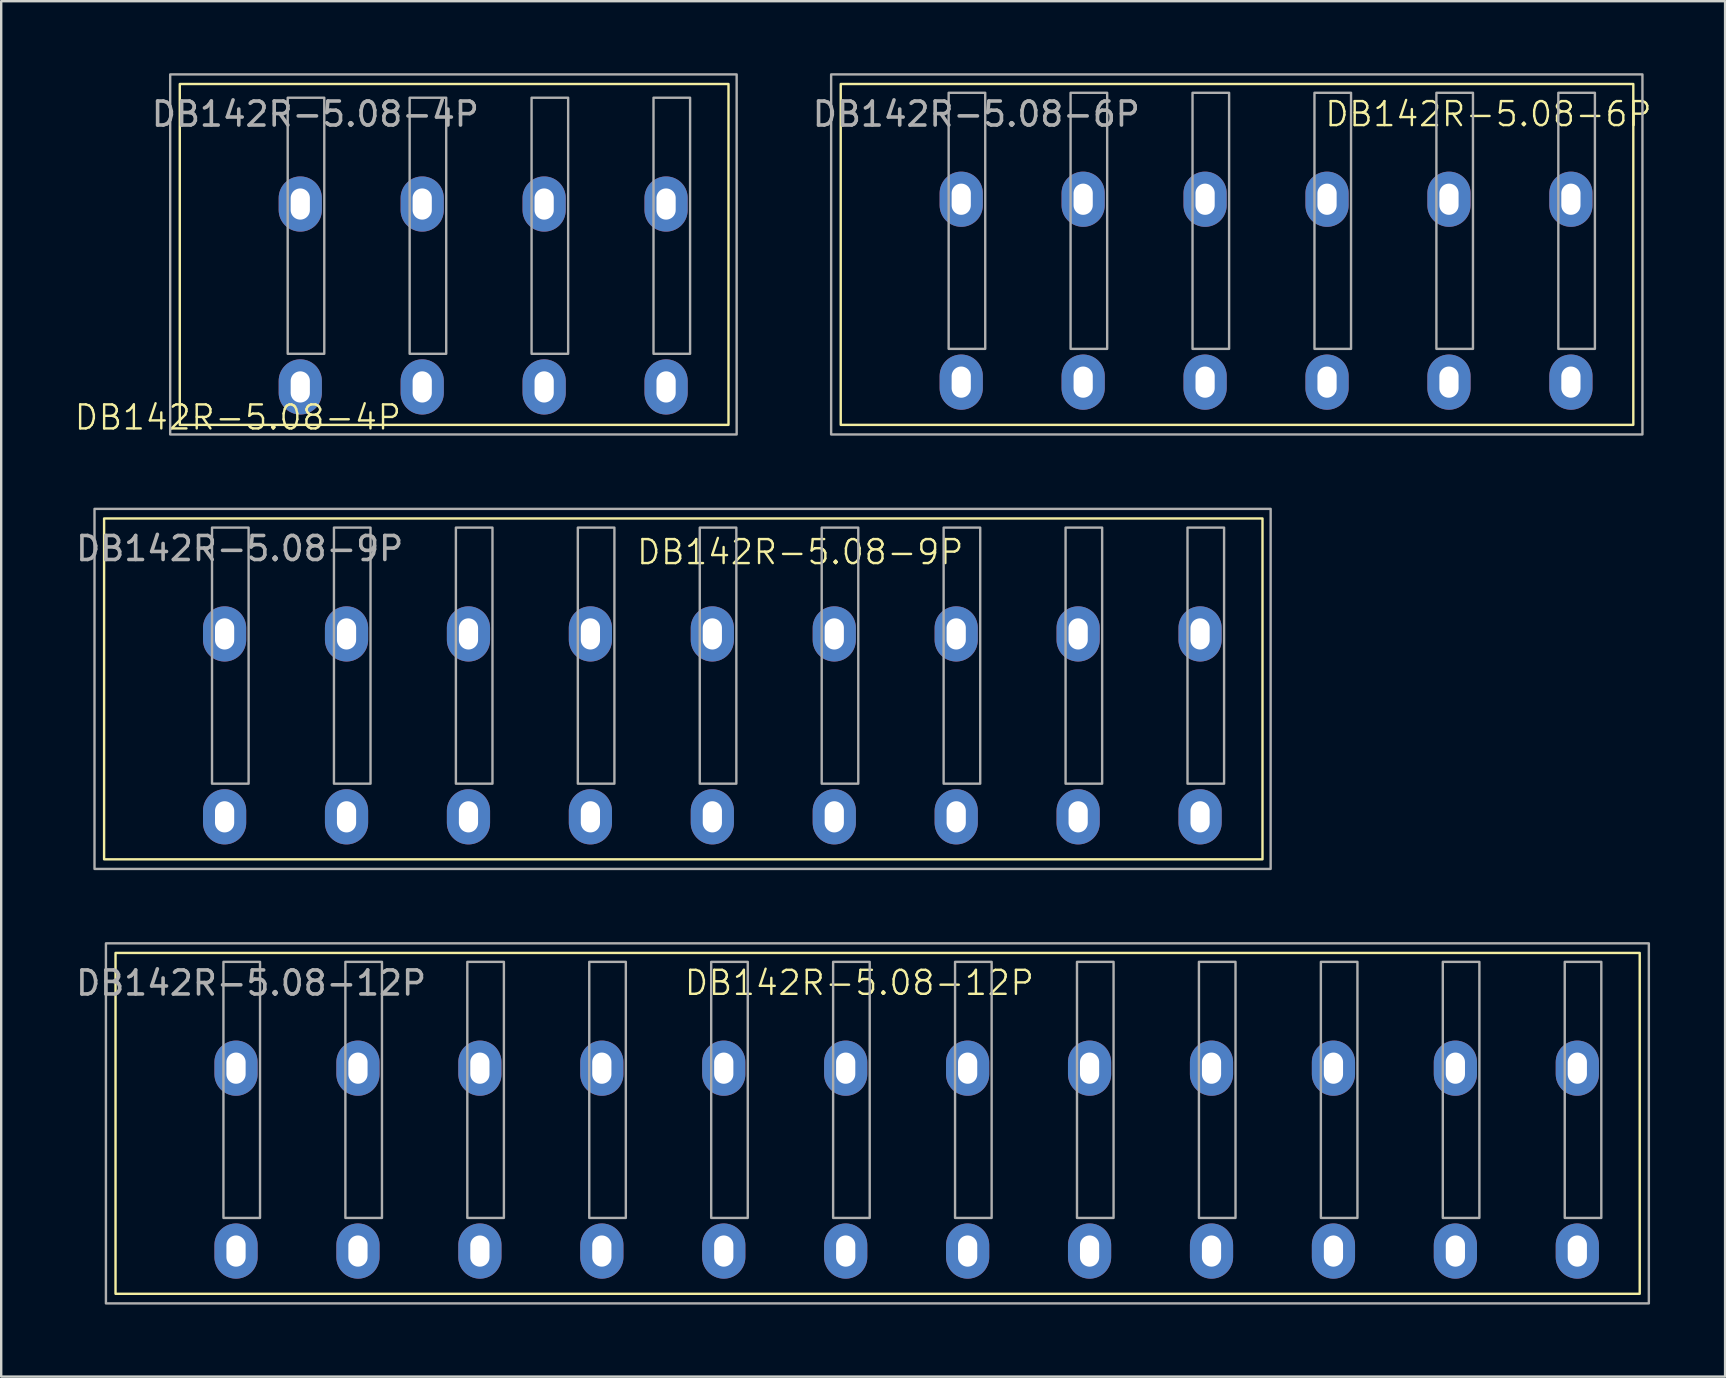
<source format=kicad_pcb>
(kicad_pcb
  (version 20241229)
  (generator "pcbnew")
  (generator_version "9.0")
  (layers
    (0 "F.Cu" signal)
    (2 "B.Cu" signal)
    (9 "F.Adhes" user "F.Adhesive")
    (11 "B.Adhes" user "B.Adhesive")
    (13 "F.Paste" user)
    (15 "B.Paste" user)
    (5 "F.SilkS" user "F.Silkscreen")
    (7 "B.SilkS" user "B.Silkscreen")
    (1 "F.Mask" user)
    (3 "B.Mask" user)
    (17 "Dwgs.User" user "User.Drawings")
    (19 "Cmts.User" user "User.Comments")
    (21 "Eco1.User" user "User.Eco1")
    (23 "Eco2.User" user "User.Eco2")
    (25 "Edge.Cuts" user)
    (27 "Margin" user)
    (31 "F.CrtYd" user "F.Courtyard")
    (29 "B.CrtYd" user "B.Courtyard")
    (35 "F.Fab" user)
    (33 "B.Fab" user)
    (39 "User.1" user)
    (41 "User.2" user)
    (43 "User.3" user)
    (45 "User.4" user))
  (footprint "DB142R-5.08-6P"
    (layer "F.Cu")
    (at 64.996 0.45)
    (property "Reference" "DB142R-5.08-6P" (at -6.036 1.254 0) (unlocked yes) (layer "F.SilkS") (effects (font (size 1 1) (thickness 0.1))))
    (attr through_hole)
    (fp_rect (start -33.02 0) (end 0 14.2) (stroke (width 0.1) (type default)) (fill no) (layer "F.SilkS"))
    (fp_rect (start -33.42 14.6) (end 0.38 -0.4) (stroke (width 0.1) (type default)) (fill no) (layer "F.Fab"))
    (fp_rect (start -27 11.034) (end -28.524 0.366) (stroke (width 0.1) (type default)) (fill no) (layer "F.Fab"))
    (fp_rect (start -21.92 11.034) (end -23.444 0.366) (stroke (width 0.1) (type default)) (fill no) (layer "F.Fab"))
    (fp_rect (start -16.84 11.034) (end -18.364 0.366) (stroke (width 0.1) (type default)) (fill no) (layer "F.Fab"))
    (fp_rect (start -11.76 11.034) (end -13.284 0.366) (stroke (width 0.1) (type default)) (fill no) (layer "F.Fab"))
    (fp_rect (start -6.68 11.034) (end -8.204 0.366) (stroke (width 0.1) (type default)) (fill no) (layer "F.Fab"))
    (fp_rect (start -1.6 11.034) (end -3.124 0.366) (stroke (width 0.1) (type default)) (fill no) (layer "F.Fab"))
    (fp_text user "${REFERENCE}" (at -27.372 1.254 0) (unlocked yes) (layer "F.Fab") (effects (font (size 1 1) (thickness 0.15))))
    (pad "1" thru_hole oval (at -28 4.8) (size 1.8 2.3) (drill oval 0.8 1.3) (layers "*.Cu" "*.Mask"))
    (pad "1" thru_hole oval (at -28 12.42) (size 1.8 2.3) (drill oval 0.8 1.3) (layers "*.Cu" "*.Mask"))
    (pad "2" thru_hole oval (at -22.92 4.8) (size 1.8 2.3) (drill oval 0.8 1.3) (layers "*.Cu" "*.Mask"))
    (pad "2" thru_hole oval (at -22.92 12.42) (size 1.8 2.3) (drill oval 0.8 1.3) (layers "*.Cu" "*.Mask"))
    (pad "3" thru_hole oval (at -17.84 4.8) (size 1.8 2.3) (drill oval 0.8 1.3) (layers "*.Cu" "*.Mask"))
    (pad "3" thru_hole oval (at -17.84 12.42) (size 1.8 2.3) (drill oval 0.8 1.3) (layers "*.Cu" "*.Mask"))
    (pad "4" thru_hole oval (at -12.76 4.8) (size 1.8 2.3) (drill oval 0.8 1.3) (layers "*.Cu" "*.Mask"))
    (pad "4" thru_hole oval (at -12.76 12.42) (size 1.8 2.3) (drill oval 0.8 1.3) (layers "*.Cu" "*.Mask"))
    (pad "5" thru_hole oval (at -7.68 4.8) (size 1.8 2.3) (drill oval 0.8 1.3) (layers "*.Cu" "*.Mask"))
    (pad "5" thru_hole oval (at -7.68 12.42) (size 1.8 2.3) (drill oval 0.8 1.3) (layers "*.Cu" "*.Mask"))
    (pad "6" thru_hole oval (at -2.6 4.8) (size 1.8 2.3) (drill oval 0.8 1.3) (layers "*.Cu" "*.Mask"))
    (pad "6" thru_hole oval (at -2.6 12.42) (size 1.8 2.3) (drill oval 0.8 1.3) (layers "*.Cu" "*.Mask")))
  (footprint "DB142R-5.08-4P"
    (layer "F.Cu")
    (at 27.3 0.45)
    (property "Reference" "DB142R-5.08-4P" (at -20.44 13.89 0) (unlocked yes) (layer "F.SilkS") (effects (font (size 1 1) (thickness 0.1))))
    (attr through_hole)
    (fp_rect (start -22.86 0) (end 0 14.2) (stroke (width 0.1) (type default)) (fill no) (layer "F.SilkS"))
    (fp_rect (start -23.26 14.6) (end 0.34 -0.4) (stroke (width 0.1) (type default)) (fill no) (layer "F.Fab"))
    (fp_rect (start -16.84 11.239) (end -18.364 0.571) (stroke (width 0.1) (type default)) (fill no) (layer "F.Fab"))
    (fp_rect (start -11.76 11.239) (end -13.284 0.571) (stroke (width 0.1) (type default)) (fill no) (layer "F.Fab"))
    (fp_rect (start -6.68 11.239) (end -8.204 0.571) (stroke (width 0.1) (type default)) (fill no) (layer "F.Fab"))
    (fp_rect (start -1.6 11.239) (end -3.124 0.571) (stroke (width 0.1) (type default)) (fill no) (layer "F.Fab"))
    (fp_text user "${REFERENCE}" (at -17.212 1.254 0) (unlocked yes) (layer "F.Fab") (effects (font (size 1 1) (thickness 0.15))))
    (pad "1" thru_hole oval (at -17.84 5) (size 1.8 2.3) (drill oval 0.8 1.3) (layers "*.Cu" "*.Mask"))
    (pad "1" thru_hole oval (at -17.84 12.62) (size 1.8 2.3) (drill oval 0.8 1.3) (layers "*.Cu" "*.Mask"))
    (pad "2" thru_hole oval (at -12.76 5) (size 1.8 2.3) (drill oval 0.8 1.3) (layers "*.Cu" "*.Mask"))
    (pad "2" thru_hole oval (at -12.76 12.62) (size 1.8 2.3) (drill oval 0.8 1.3) (layers "*.Cu" "*.Mask"))
    (pad "3" thru_hole oval (at -7.68 5) (size 1.8 2.3) (drill oval 0.8 1.3) (layers "*.Cu" "*.Mask"))
    (pad "3" thru_hole oval (at -7.68 12.62) (size 1.8 2.3) (drill oval 0.8 1.3) (layers "*.Cu" "*.Mask"))
    (pad "4" thru_hole oval (at -2.6 5) (size 1.8 2.3) (drill oval 0.8 1.3) (layers "*.Cu" "*.Mask"))
    (pad "4" thru_hole oval (at -2.6 12.62) (size 1.8 2.3) (drill oval 0.8 1.3) (layers "*.Cu" "*.Mask")))
  (footprint "DB142R-5.08-9P"
    (layer "F.Cu")
    (at 49.547 18.55)
    (property "Reference" "DB142R-5.08-9P" (at -19.26 1.4 0) (unlocked yes) (layer "F.SilkS") (effects (font (size 1 1) (thickness 0.1))))
    (attr through_hole)
    (fp_rect (start -48.26 0) (end 0 14.2) (stroke (width 0.1) (type default)) (fill no) (layer "F.SilkS"))
    (fp_rect (start -48.66 14.6) (end 0.34 -0.4) (stroke (width 0.1) (type default)) (fill no) (layer "F.Fab"))
    (fp_rect (start -42.24 11.049) (end -43.764 0.381) (stroke (width 0.1) (type default)) (fill no) (layer "F.Fab"))
    (fp_rect (start -37.16 11.049) (end -38.684 0.381) (stroke (width 0.1) (type default)) (fill no) (layer "F.Fab"))
    (fp_rect (start -32.08 11.049) (end -33.604 0.381) (stroke (width 0.1) (type default)) (fill no) (layer "F.Fab"))
    (fp_rect (start -27 11.049) (end -28.524 0.381) (stroke (width 0.1) (type default)) (fill no) (layer "F.Fab"))
    (fp_rect (start -21.92 11.049) (end -23.444 0.381) (stroke (width 0.1) (type default)) (fill no) (layer "F.Fab"))
    (fp_rect (start -16.84 11.049) (end -18.364 0.381) (stroke (width 0.1) (type default)) (fill no) (layer "F.Fab"))
    (fp_rect (start -11.76 11.049) (end -13.284 0.381) (stroke (width 0.1) (type default)) (fill no) (layer "F.Fab"))
    (fp_rect (start -6.68 11.049) (end -8.204 0.381) (stroke (width 0.1) (type default)) (fill no) (layer "F.Fab"))
    (fp_rect (start -1.6 11.049) (end -3.124 0.381) (stroke (width 0.1) (type default)) (fill no) (layer "F.Fab"))
    (fp_text user "${REFERENCE}" (at -42.612 1.254 0) (unlocked yes) (layer "F.Fab") (effects (font (size 1 1) (thickness 0.15))))
    (pad "1" thru_hole oval (at -43.24 4.81) (size 1.8 2.3) (drill oval 0.8 1.3) (layers "*.Cu" "*.Mask"))
    (pad "1" thru_hole oval (at -43.24 12.43) (size 1.8 2.3) (drill oval 0.8 1.3) (layers "*.Cu" "*.Mask"))
    (pad "2" thru_hole oval (at -38.16 4.81) (size 1.8 2.3) (drill oval 0.8 1.3) (layers "*.Cu" "*.Mask"))
    (pad "2" thru_hole oval (at -38.16 12.43) (size 1.8 2.3) (drill oval 0.8 1.3) (layers "*.Cu" "*.Mask"))
    (pad "3" thru_hole oval (at -33.08 4.81) (size 1.8 2.3) (drill oval 0.8 1.3) (layers "*.Cu" "*.Mask"))
    (pad "3" thru_hole oval (at -33.08 12.43) (size 1.8 2.3) (drill oval 0.8 1.3) (layers "*.Cu" "*.Mask"))
    (pad "4" thru_hole oval (at -28 4.81) (size 1.8 2.3) (drill oval 0.8 1.3) (layers "*.Cu" "*.Mask"))
    (pad "4" thru_hole oval (at -28 12.43) (size 1.8 2.3) (drill oval 0.8 1.3) (layers "*.Cu" "*.Mask"))
    (pad "5" thru_hole oval (at -22.92 4.81) (size 1.8 2.3) (drill oval 0.8 1.3) (layers "*.Cu" "*.Mask"))
    (pad "5" thru_hole oval (at -22.92 12.43) (size 1.8 2.3) (drill oval 0.8 1.3) (layers "*.Cu" "*.Mask"))
    (pad "6" thru_hole oval (at -17.84 4.81) (size 1.8 2.3) (drill oval 0.8 1.3) (layers "*.Cu" "*.Mask"))
    (pad "6" thru_hole oval (at -17.84 12.43) (size 1.8 2.3) (drill oval 0.8 1.3) (layers "*.Cu" "*.Mask"))
    (pad "7" thru_hole oval (at -12.76 4.81) (size 1.8 2.3) (drill oval 0.8 1.3) (layers "*.Cu" "*.Mask"))
    (pad "7" thru_hole oval (at -12.76 12.43) (size 1.8 2.3) (drill oval 0.8 1.3) (layers "*.Cu" "*.Mask"))
    (pad "8" thru_hole oval (at -7.68 4.81) (size 1.8 2.3) (drill oval 0.8 1.3) (layers "*.Cu" "*.Mask"))
    (pad "8" thru_hole oval (at -7.68 12.43) (size 1.8 2.3) (drill oval 0.8 1.3) (layers "*.Cu" "*.Mask"))
    (pad "9" thru_hole oval (at -2.6 4.81) (size 1.8 2.3) (drill oval 0.8 1.3) (layers "*.Cu" "*.Mask"))
    (pad "9" thru_hole oval (at -2.6 12.43) (size 1.8 2.3) (drill oval 0.8 1.3) (layers "*.Cu" "*.Mask")))
  (footprint "DB142R-5.08-12P"
    (layer "F.Cu")
    (at 65.263 36.651)
    (property "Reference" "DB142R-5.08-12P" (at -32.512 1.246 0) (unlocked yes) (layer "F.SilkS") (effects (font (size 1 1) (thickness 0.1))))
    (attr through_hole)
    (fp_rect (start -63.5 0) (end 0 14.2) (stroke (width 0.1) (type default)) (fill no) (layer "F.SilkS"))
    (fp_rect (start -63.9 14.6) (end 0.38 -0.4) (stroke (width 0.1) (type default)) (fill no) (layer "F.Fab"))
    (fp_rect (start -57.48 11.039) (end -59.004 0.371) (stroke (width 0.1) (type default)) (fill no) (layer "F.Fab"))
    (fp_rect (start -52.4 11.039) (end -53.924 0.371) (stroke (width 0.1) (type default)) (fill no) (layer "F.Fab"))
    (fp_rect (start -47.32 11.039) (end -48.844 0.371) (stroke (width 0.1) (type default)) (fill no) (layer "F.Fab"))
    (fp_rect (start -42.24 11.039) (end -43.764 0.371) (stroke (width 0.1) (type default)) (fill no) (layer "F.Fab"))
    (fp_rect (start -37.16 11.039) (end -38.684 0.371) (stroke (width 0.1) (type default)) (fill no) (layer "F.Fab"))
    (fp_rect (start -32.08 11.039) (end -33.604 0.371) (stroke (width 0.1) (type default)) (fill no) (layer "F.Fab"))
    (fp_rect (start -27 11.039) (end -28.524 0.371) (stroke (width 0.1) (type default)) (fill no) (layer "F.Fab"))
    (fp_rect (start -21.92 11.039) (end -23.444 0.371) (stroke (width 0.1) (type default)) (fill no) (layer "F.Fab"))
    (fp_rect (start -16.84 11.039) (end -18.364 0.371) (stroke (width 0.1) (type default)) (fill no) (layer "F.Fab"))
    (fp_rect (start -11.76 11.039) (end -13.284 0.371) (stroke (width 0.1) (type default)) (fill no) (layer "F.Fab"))
    (fp_rect (start -6.68 11.039) (end -8.204 0.371) (stroke (width 0.1) (type default)) (fill no) (layer "F.Fab"))
    (fp_rect (start -1.6 11.039) (end -3.124 0.371) (stroke (width 0.1) (type default)) (fill no) (layer "F.Fab"))
    (fp_text user "${REFERENCE}" (at -57.852 1.254 0) (unlocked yes) (layer "F.Fab") (effects (font (size 1 1) (thickness 0.15))))
    (pad "1" thru_hole oval (at -58.48 4.8) (size 1.8 2.3) (drill oval 0.8 1.3) (layers "*.Cu" "*.Mask"))
    (pad "1" thru_hole oval (at -58.48 12.42) (size 1.8 2.3) (drill oval 0.8 1.3) (layers "*.Cu" "*.Mask"))
    (pad "2" thru_hole oval (at -53.4 4.8) (size 1.8 2.3) (drill oval 0.8 1.3) (layers "*.Cu" "*.Mask"))
    (pad "2" thru_hole oval (at -53.4 12.42) (size 1.8 2.3) (drill oval 0.8 1.3) (layers "*.Cu" "*.Mask"))
    (pad "3" thru_hole oval (at -48.32 4.8) (size 1.8 2.3) (drill oval 0.8 1.3) (layers "*.Cu" "*.Mask"))
    (pad "3" thru_hole oval (at -48.32 12.42) (size 1.8 2.3) (drill oval 0.8 1.3) (layers "*.Cu" "*.Mask"))
    (pad "4" thru_hole oval (at -43.24 4.8) (size 1.8 2.3) (drill oval 0.8 1.3) (layers "*.Cu" "*.Mask"))
    (pad "4" thru_hole oval (at -43.24 12.42) (size 1.8 2.3) (drill oval 0.8 1.3) (layers "*.Cu" "*.Mask"))
    (pad "5" thru_hole oval (at -38.16 4.8) (size 1.8 2.3) (drill oval 0.8 1.3) (layers "*.Cu" "*.Mask"))
    (pad "5" thru_hole oval (at -38.16 12.42) (size 1.8 2.3) (drill oval 0.8 1.3) (layers "*.Cu" "*.Mask"))
    (pad "6" thru_hole oval (at -33.08 4.8) (size 1.8 2.3) (drill oval 0.8 1.3) (layers "*.Cu" "*.Mask"))
    (pad "6" thru_hole oval (at -33.08 12.42) (size 1.8 2.3) (drill oval 0.8 1.3) (layers "*.Cu" "*.Mask"))
    (pad "7" thru_hole oval (at -28 4.8) (size 1.8 2.3) (drill oval 0.8 1.3) (layers "*.Cu" "*.Mask"))
    (pad "7" thru_hole oval (at -28 12.42) (size 1.8 2.3) (drill oval 0.8 1.3) (layers "*.Cu" "*.Mask"))
    (pad "8" thru_hole oval (at -22.92 4.8) (size 1.8 2.3) (drill oval 0.8 1.3) (layers "*.Cu" "*.Mask"))
    (pad "8" thru_hole oval (at -22.92 12.42) (size 1.8 2.3) (drill oval 0.8 1.3) (layers "*.Cu" "*.Mask"))
    (pad "9" thru_hole oval (at -17.84 4.8) (size 1.8 2.3) (drill oval 0.8 1.3) (layers "*.Cu" "*.Mask"))
    (pad "9" thru_hole oval (at -17.84 12.42) (size 1.8 2.3) (drill oval 0.8 1.3) (layers "*.Cu" "*.Mask"))
    (pad "10" thru_hole oval (at -12.76 4.8) (size 1.8 2.3) (drill oval 0.8 1.3) (layers "*.Cu" "*.Mask"))
    (pad "10" thru_hole oval (at -12.76 12.42) (size 1.8 2.3) (drill oval 0.8 1.3) (layers "*.Cu" "*.Mask"))
    (pad "11" thru_hole oval (at -7.68 4.8) (size 1.8 2.3) (drill oval 0.8 1.3) (layers "*.Cu" "*.Mask"))
    (pad "11" thru_hole oval (at -7.68 12.42) (size 1.8 2.3) (drill oval 0.8 1.3) (layers "*.Cu" "*.Mask"))
    (pad "12" thru_hole oval (at -2.6 4.8) (size 1.8 2.3) (drill oval 0.8 1.3) (layers "*.Cu" "*.Mask"))
    (pad "12" thru_hole oval (at -2.6 12.42) (size 1.8 2.3) (drill oval 0.8 1.3) (layers "*.Cu" "*.Mask")))
  (gr_rect
    (start -3 -3)
    (end 68.82 54.3)
    (stroke (width 0.1) (type default))
    (fill no)
    (layer "Edge.Cuts")))
</source>
